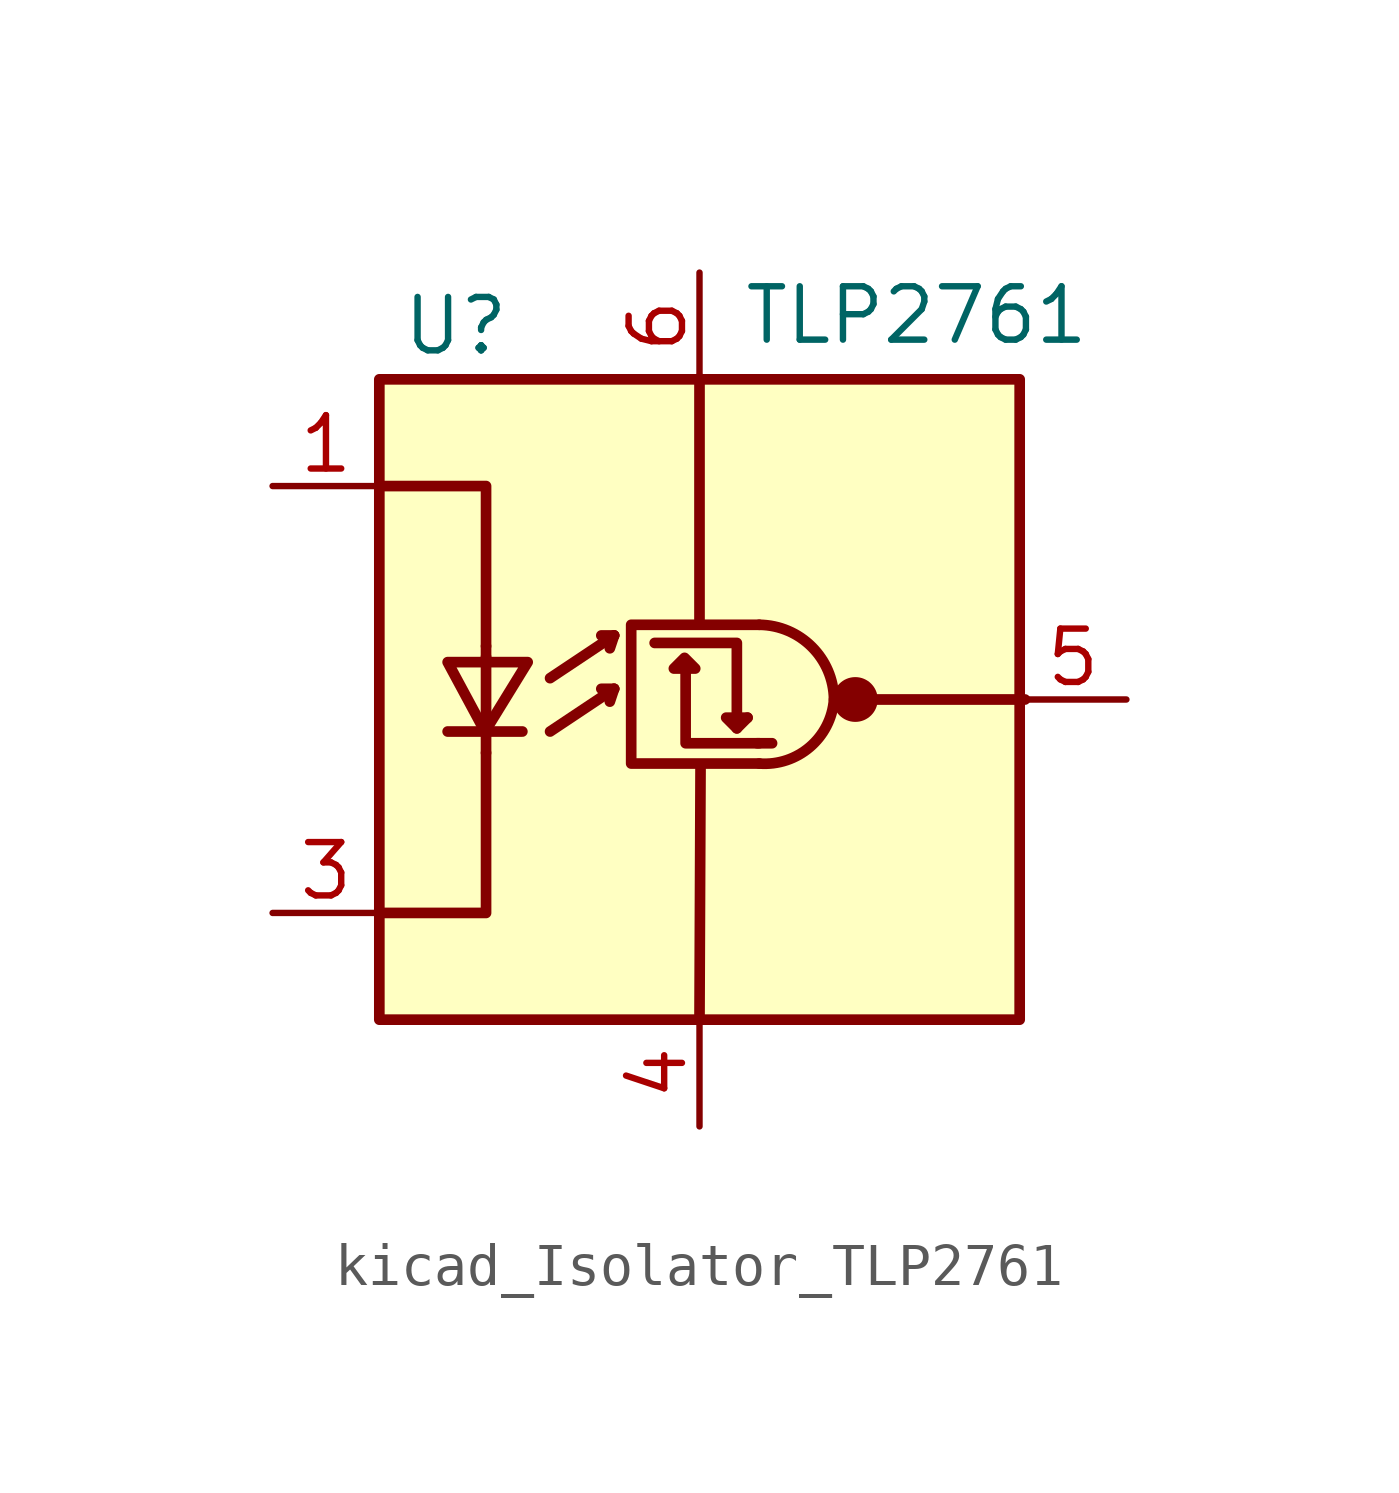
<source format=kicad_sym>
(kicad_symbol_lib
  (version 20220914)
  (generator kicad_symbol_editor)
  (symbol "kicad_Isolator_TLP2761"
    (pin_names
      (offset 1.016) hide)
    (property "Reference" "U"
      (at -7.112 8.89 0)
      (effects (font (size 1.27 1.27)) (justify left)))
    (property "Value" "TLP2761"
      (at 1.016 9.144 0)
      (effects (font (size 1.27 1.27)) (justify left)))
    (symbol "kicad_Isolator_TLP2761_0_1"
      (rectangle (start -7.62 7.62) (end 7.62 -7.62) (stroke (width 0.254) (type default)) (fill (type background)))
      (polyline (pts (xy -5.994 -0.762) (xy -4.216 -0.762)) (stroke (width 0.254) (type default)) (fill (type none)))
      (polyline (pts (xy -5.08 -1.27) (xy -5.08 -0.762)) (stroke (width 0.254) (type default)) (fill (type none)))
      (polyline (pts (xy -5.08 1.016) (xy -5.08 -0.762)) (stroke (width 0.254) (type default)) (fill (type none)))
      (polyline (pts (xy -5.08 1.27) (xy -5.08 1.016)) (stroke (width 0.254) (type default)) (fill (type none)))
      (polyline (pts (xy -3.556 -0.762) (xy -2.032 0.254)) (stroke (width 0.254) (type default)) (fill (type none)))
      (polyline (pts (xy -3.556 0.508) (xy -2.032 1.524)) (stroke (width 0.254) (type default)) (fill (type none)))
      (polyline (pts (xy -2.032 0.254) (xy -2.337 0.254)) (stroke (width 0.254) (type default)) (fill (type none)))
      (polyline (pts (xy -2.032 0.254) (xy -2.134 -0.051)) (stroke (width 0.254) (type default)) (fill (type none)))
      (polyline (pts (xy -2.032 1.524) (xy -2.337 1.524)) (stroke (width 0.254) (type default)) (fill (type none)))
      (polyline (pts (xy -2.032 1.524) (xy -2.134 1.219)) (stroke (width 0.254) (type default)) (fill (type none)))
      (polyline (pts (xy 0 -7.62) (xy 0.025 -1.549)) (stroke (width 0.254) (type default)) (fill (type none)))
      (polyline (pts (xy 0 7.645) (xy 0 1.854)) (stroke (width 0.254) (type default)) (fill (type none)))
      (polyline (pts (xy 0.889 -0.686) (xy 1.143 -0.432)) (stroke (width 0.254) (type default)) (fill (type none)))
      (polyline (pts (xy 1.372 -1.041) (xy 1.727 -1.041)) (stroke (width 0.254) (type default)) (fill (type none)))
      (polyline (pts (xy 4.14 0) (xy 7.747 0)) (stroke (width 0.254) (type default)) (fill (type none)))
      (polyline (pts (xy -7.62 -5.08) (xy -5.08 -5.08) (xy -5.08 -1.27)) (stroke (width 0.254) (type default)) (fill (type none)))
      (polyline (pts (xy -5.08 1.27) (xy -5.08 5.08) (xy -7.62 5.08)) (stroke (width 0.254) (type default)) (fill (type none)))
      (polyline (pts (xy -0.33 0.686) (xy -0.33 -1.041) (xy 1.422 -1.041)) (stroke (width 0.254) (type default)) (fill (type none)))
      (polyline (pts (xy 0.889 -0.686) (xy 0.635 -0.432) (xy 1.143 -0.432)) (stroke (width 0.254) (type default)) (fill (type none)))
      (polyline (pts (xy 0.889 -0.381) (xy 0.889 1.346) (xy -1.067 1.346)) (stroke (width 0.254) (type default)) (fill (type none)))
      (polyline (pts (xy -5.994 0.889) (xy -4.089 0.889) (xy -5.105 -0.762) (xy -5.994 0.889)) (stroke (width 0.254) (type default)) (fill (type none)))
      (polyline (pts (xy -0.356 0.991) (xy -0.61 0.737) (xy -0.102 0.737) (xy -0.356 0.991)) (stroke (width 0.254) (type default)) (fill (type none)))
      (polyline (pts (xy 1.422 1.778) (xy -1.626 1.778) (xy -1.626 -1.524) (xy 1.422 -1.524)) (stroke (width 0.254) (type default)) (fill (type none)))
      (arc (start 1.4224 -1.524) (mid 2.627 -1.1302) (end 3.2004 0) (stroke (width 0.254) (type default)) (fill (type none)))
      (arc (start 3.2004 0) (mid 2.6743 1.2519) (end 1.4224 1.778) (stroke (width 0.254) (type default)) (fill (type none)))
      (circle (center 3.708 0) (radius 0.457) (stroke (width 0) (type default)) (fill (type outline))))
    (symbol "kicad_Isolator_TLP2761_1_1"
      (pin passive line (at -10.16 5.08 0) (length 2.54) (name "A" (effects (font (size 1.27 1.27)))) (number "1" (effects (font (size 1.27 1.27)))))
      (pin no_connect line (at -7.62 0 0) (length 2.54) hide (name "NC" (effects (font (size 1.27 1.27)))) (number "2" (effects (font (size 1.27 1.27)))))
      (pin passive line (at -10.16 -5.08 0) (length 2.54) (name "K" (effects (font (size 1.27 1.27)))) (number "3" (effects (font (size 1.27 1.27)))))
      (pin power_in line (at 0 -10.16 90) (length 2.54) (name "GND" (effects (font (size 1.27 1.27)))) (number "4" (effects (font (size 1.27 1.27)))))
      (pin output line (at 10.16 0 180) (length 2.54) (name "VO" (effects (font (size 1.27 1.27)))) (number "5" (effects (font (size 1.27 1.27)))))
      (pin power_in line (at 0 10.16 270) (length 2.54) (name "VDD" (effects (font (size 1.27 1.27)))) (number "6" (effects (font (size 1.27 1.27))))))))
</source>
